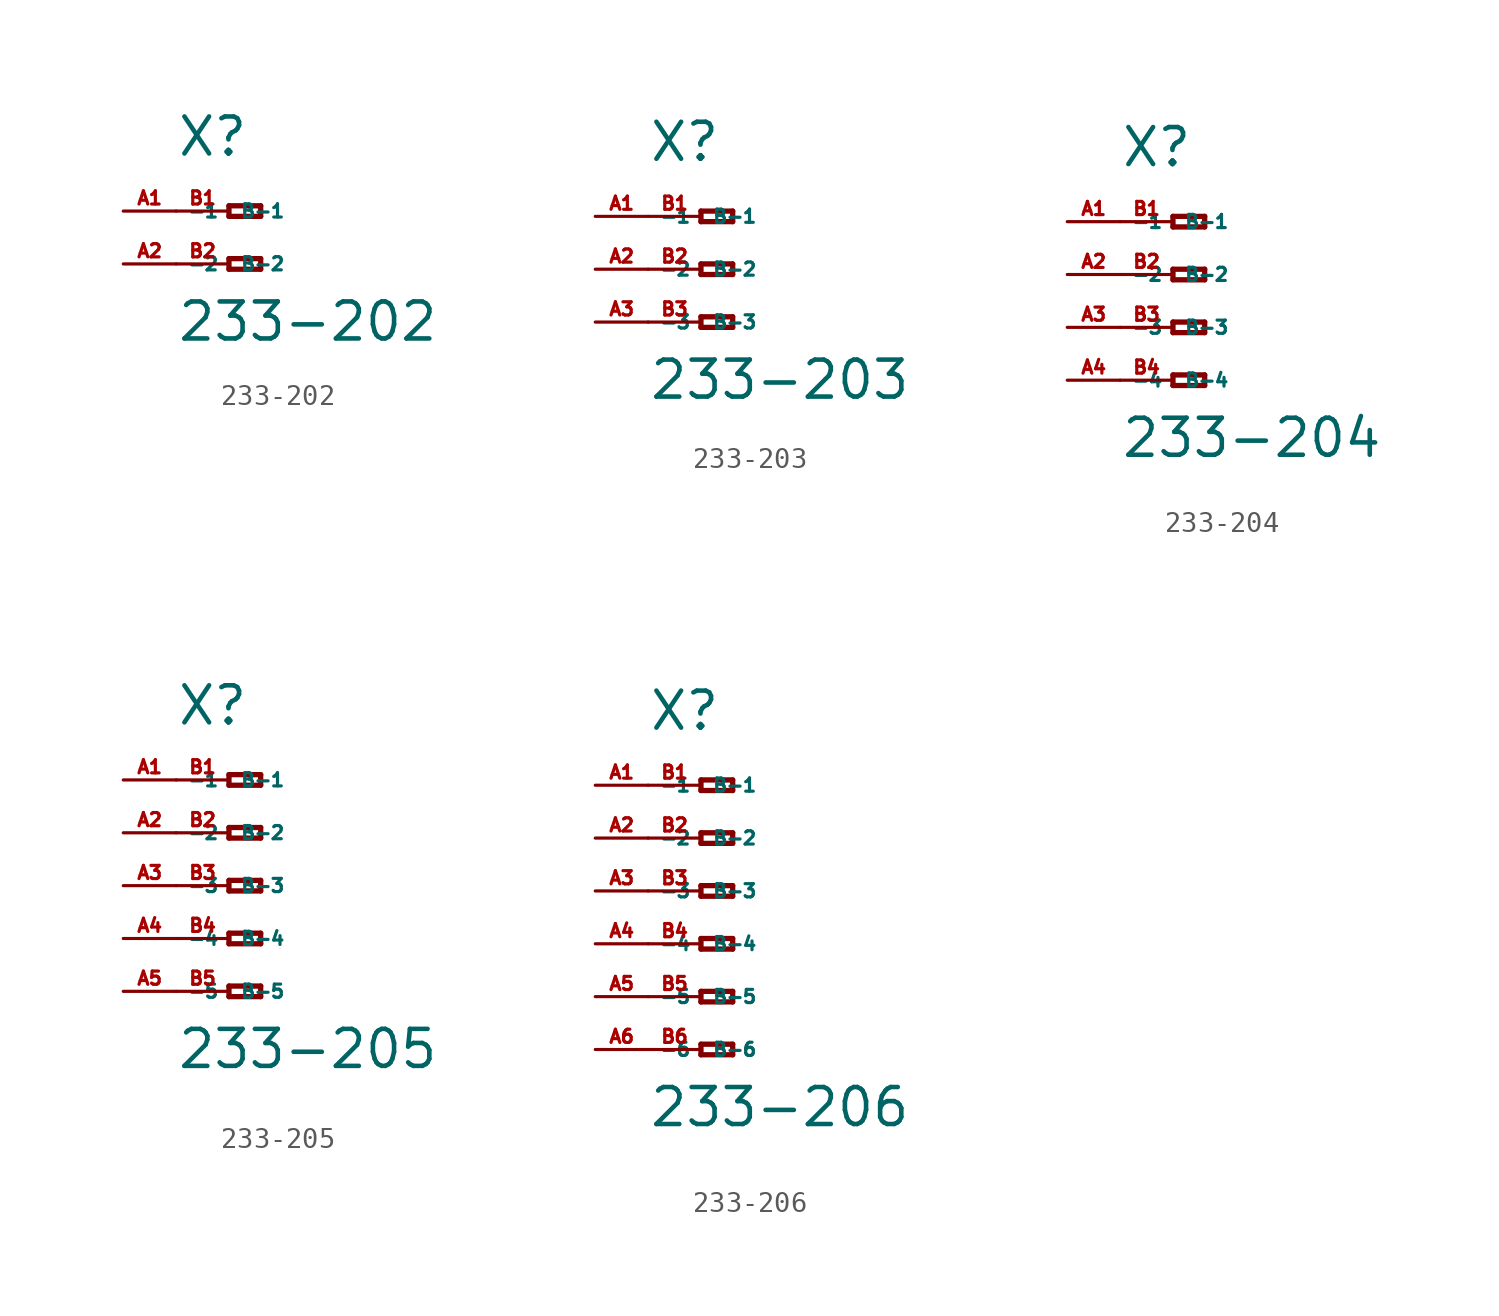
<source format=kicad_sym>
(kicad_symbol_lib
  (version 20220914)
  (generator Eagle2Kicad)
  (symbol "233-202"
    (property "Reference" "X"
      (at -5.08 2.54 0)
      (effects (font (size 1.778 1.778) (thickness 0.22)) (justify left bottom)))
    (property "Value" "233-202"
      (at -5.08 -6.35 0)
      (effects (font (size 1.778 1.778) (thickness 0.22)) (justify left bottom)))
    (polyline
      (pts (xy -2.54 0.254) (xy -2.54 -0.254))
      (stroke (width 0.254) (type default))
      (fill (type none)))
    (polyline
      (pts (xy -2.54 -0.254) (xy -1.016 -0.254))
      (stroke (width 0.254) (type default))
      (fill (type none)))
    (polyline
      (pts (xy -1.016 -0.254) (xy -1.016 0.254))
      (stroke (width 0.254) (type default))
      (fill (type none)))
    (polyline
      (pts (xy -1.016 0.254) (xy -2.54 0.254))
      (stroke (width 0.254) (type default))
      (fill (type none)))
    (polyline
      (pts (xy -2.54 -2.286) (xy -2.54 -2.794))
      (stroke (width 0.254) (type default))
      (fill (type none)))
    (polyline
      (pts (xy -2.54 -2.794) (xy -1.016 -2.794))
      (stroke (width 0.254) (type default))
      (fill (type none)))
    (polyline
      (pts (xy -1.016 -2.794) (xy -1.016 -2.286))
      (stroke (width 0.254) (type default))
      (fill (type none)))
    (polyline
      (pts (xy -1.016 -2.286) (xy -2.54 -2.286))
      (stroke (width 0.254) (type default))
      (fill (type none)))
    (pin passive line
      (at -7.62 0 0)
      (length 2.54)
      (name "-1" (effects (font (size 0.635 0.635) (thickness 0.08)) (justify left bottom)))
      (number "A1" (effects (font (size 0.635 0.635) (thickness 0.08)) (justify left bottom))))
    (pin passive line
      (at -7.62 -2.54 0)
      (length 2.54)
      (name "-2" (effects (font (size 0.635 0.635) (thickness 0.08)) (justify left bottom)))
      (number "A2" (effects (font (size 0.635 0.635) (thickness 0.08)) (justify left bottom))))
    (pin passive line
      (at -5.08 -2.54 0)
      (length 2.54)
      (name "B-2" (effects (font (size 0.635 0.635) (thickness 0.08)) (justify left bottom)))
      (number "B2" (effects (font (size 0.635 0.635) (thickness 0.08)) (justify left bottom))))
    (pin passive line
      (at -5.08 0 0)
      (length 2.54)
      (name "B-1" (effects (font (size 0.635 0.635) (thickness 0.08)) (justify left bottom)))
      (number "B1" (effects (font (size 0.635 0.635) (thickness 0.08)) (justify left bottom)))))
  (symbol "233-203"
    (property "Reference" "X"
      (at -5.08 5.08 0)
      (effects (font (size 1.778 1.778) (thickness 0.22)) (justify left bottom)))
    (property "Value" "233-203"
      (at -5.08 -6.35 0)
      (effects (font (size 1.778 1.778) (thickness 0.22)) (justify left bottom)))
    (polyline
      (pts (xy -2.54 2.794) (xy -2.54 2.286))
      (stroke (width 0.254) (type default))
      (fill (type none)))
    (polyline
      (pts (xy -2.54 2.286) (xy -1.016 2.286))
      (stroke (width 0.254) (type default))
      (fill (type none)))
    (polyline
      (pts (xy -1.016 2.286) (xy -1.016 2.794))
      (stroke (width 0.254) (type default))
      (fill (type none)))
    (polyline
      (pts (xy -1.016 2.794) (xy -2.54 2.794))
      (stroke (width 0.254) (type default))
      (fill (type none)))
    (polyline
      (pts (xy -2.54 0.254) (xy -2.54 -0.254))
      (stroke (width 0.254) (type default))
      (fill (type none)))
    (polyline
      (pts (xy -2.54 -0.254) (xy -1.016 -0.254))
      (stroke (width 0.254) (type default))
      (fill (type none)))
    (polyline
      (pts (xy -1.016 -0.254) (xy -1.016 0.254))
      (stroke (width 0.254) (type default))
      (fill (type none)))
    (polyline
      (pts (xy -1.016 0.254) (xy -2.54 0.254))
      (stroke (width 0.254) (type default))
      (fill (type none)))
    (polyline
      (pts (xy -2.54 -2.286) (xy -2.54 -2.794))
      (stroke (width 0.254) (type default))
      (fill (type none)))
    (polyline
      (pts (xy -2.54 -2.794) (xy -1.016 -2.794))
      (stroke (width 0.254) (type default))
      (fill (type none)))
    (polyline
      (pts (xy -1.016 -2.794) (xy -1.016 -2.286))
      (stroke (width 0.254) (type default))
      (fill (type none)))
    (polyline
      (pts (xy -1.016 -2.286) (xy -2.54 -2.286))
      (stroke (width 0.254) (type default))
      (fill (type none)))
    (pin passive line
      (at -7.62 2.54 0)
      (length 2.54)
      (name "-1" (effects (font (size 0.635 0.635) (thickness 0.08)) (justify left bottom)))
      (number "A1" (effects (font (size 0.635 0.635) (thickness 0.08)) (justify left bottom))))
    (pin passive line
      (at -7.62 0 0)
      (length 2.54)
      (name "-2" (effects (font (size 0.635 0.635) (thickness 0.08)) (justify left bottom)))
      (number "A2" (effects (font (size 0.635 0.635) (thickness 0.08)) (justify left bottom))))
    (pin passive line
      (at -7.62 -2.54 0)
      (length 2.54)
      (name "-3" (effects (font (size 0.635 0.635) (thickness 0.08)) (justify left bottom)))
      (number "A3" (effects (font (size 0.635 0.635) (thickness 0.08)) (justify left bottom))))
    (pin passive line
      (at -5.08 -2.54 0)
      (length 2.54)
      (name "B-3" (effects (font (size 0.635 0.635) (thickness 0.08)) (justify left bottom)))
      (number "B3" (effects (font (size 0.635 0.635) (thickness 0.08)) (justify left bottom))))
    (pin passive line
      (at -5.08 2.54 0)
      (length 2.54)
      (name "B-1" (effects (font (size 0.635 0.635) (thickness 0.08)) (justify left bottom)))
      (number "B1" (effects (font (size 0.635 0.635) (thickness 0.08)) (justify left bottom))))
    (pin passive line
      (at -5.08 0 0)
      (length 2.54)
      (name "B-2" (effects (font (size 0.635 0.635) (thickness 0.08)) (justify left bottom)))
      (number "B2" (effects (font (size 0.635 0.635) (thickness 0.08)) (justify left bottom)))))
  (symbol "233-204"
    (property "Reference" "X"
      (at -5.08 5.08 0)
      (effects (font (size 1.778 1.778) (thickness 0.22)) (justify left bottom)))
    (property "Value" "233-204"
      (at -5.08 -8.89 0)
      (effects (font (size 1.778 1.778) (thickness 0.22)) (justify left bottom)))
    (polyline
      (pts (xy -2.54 2.794) (xy -2.54 2.286))
      (stroke (width 0.254) (type default))
      (fill (type none)))
    (polyline
      (pts (xy -2.54 2.286) (xy -1.016 2.286))
      (stroke (width 0.254) (type default))
      (fill (type none)))
    (polyline
      (pts (xy -1.016 2.286) (xy -1.016 2.794))
      (stroke (width 0.254) (type default))
      (fill (type none)))
    (polyline
      (pts (xy -1.016 2.794) (xy -2.54 2.794))
      (stroke (width 0.254) (type default))
      (fill (type none)))
    (polyline
      (pts (xy -2.54 0.254) (xy -2.54 -0.254))
      (stroke (width 0.254) (type default))
      (fill (type none)))
    (polyline
      (pts (xy -2.54 -0.254) (xy -1.016 -0.254))
      (stroke (width 0.254) (type default))
      (fill (type none)))
    (polyline
      (pts (xy -1.016 -0.254) (xy -1.016 0.254))
      (stroke (width 0.254) (type default))
      (fill (type none)))
    (polyline
      (pts (xy -1.016 0.254) (xy -2.54 0.254))
      (stroke (width 0.254) (type default))
      (fill (type none)))
    (polyline
      (pts (xy -2.54 -2.286) (xy -2.54 -2.794))
      (stroke (width 0.254) (type default))
      (fill (type none)))
    (polyline
      (pts (xy -2.54 -2.794) (xy -1.016 -2.794))
      (stroke (width 0.254) (type default))
      (fill (type none)))
    (polyline
      (pts (xy -1.016 -2.794) (xy -1.016 -2.286))
      (stroke (width 0.254) (type default))
      (fill (type none)))
    (polyline
      (pts (xy -1.016 -2.286) (xy -2.54 -2.286))
      (stroke (width 0.254) (type default))
      (fill (type none)))
    (polyline
      (pts (xy -2.54 -4.826) (xy -2.54 -5.334))
      (stroke (width 0.254) (type default))
      (fill (type none)))
    (polyline
      (pts (xy -2.54 -5.334) (xy -1.016 -5.334))
      (stroke (width 0.254) (type default))
      (fill (type none)))
    (polyline
      (pts (xy -1.016 -5.334) (xy -1.016 -4.826))
      (stroke (width 0.254) (type default))
      (fill (type none)))
    (polyline
      (pts (xy -1.016 -4.826) (xy -2.54 -4.826))
      (stroke (width 0.254) (type default))
      (fill (type none)))
    (pin passive line
      (at -7.62 2.54 0)
      (length 2.54)
      (name "-1" (effects (font (size 0.635 0.635) (thickness 0.08)) (justify left bottom)))
      (number "A1" (effects (font (size 0.635 0.635) (thickness 0.08)) (justify left bottom))))
    (pin passive line
      (at -7.62 0 0)
      (length 2.54)
      (name "-2" (effects (font (size 0.635 0.635) (thickness 0.08)) (justify left bottom)))
      (number "A2" (effects (font (size 0.635 0.635) (thickness 0.08)) (justify left bottom))))
    (pin passive line
      (at -7.62 -2.54 0)
      (length 2.54)
      (name "-3" (effects (font (size 0.635 0.635) (thickness 0.08)) (justify left bottom)))
      (number "A3" (effects (font (size 0.635 0.635) (thickness 0.08)) (justify left bottom))))
    (pin passive line
      (at -7.62 -5.08 0)
      (length 2.54)
      (name "-4" (effects (font (size 0.635 0.635) (thickness 0.08)) (justify left bottom)))
      (number "A4" (effects (font (size 0.635 0.635) (thickness 0.08)) (justify left bottom))))
    (pin passive line
      (at -5.08 -5.08 0)
      (length 2.54)
      (name "B-4" (effects (font (size 0.635 0.635) (thickness 0.08)) (justify left bottom)))
      (number "B4" (effects (font (size 0.635 0.635) (thickness 0.08)) (justify left bottom))))
    (pin passive line
      (at -5.08 2.54 0)
      (length 2.54)
      (name "B-1" (effects (font (size 0.635 0.635) (thickness 0.08)) (justify left bottom)))
      (number "B1" (effects (font (size 0.635 0.635) (thickness 0.08)) (justify left bottom))))
    (pin passive line
      (at -5.08 0 0)
      (length 2.54)
      (name "B-2" (effects (font (size 0.635 0.635) (thickness 0.08)) (justify left bottom)))
      (number "B2" (effects (font (size 0.635 0.635) (thickness 0.08)) (justify left bottom))))
    (pin passive line
      (at -5.08 -2.54 0)
      (length 2.54)
      (name "B-3" (effects (font (size 0.635 0.635) (thickness 0.08)) (justify left bottom)))
      (number "B3" (effects (font (size 0.635 0.635) (thickness 0.08)) (justify left bottom)))))
  (symbol "233-205"
    (property "Reference" "X"
      (at -5.08 7.62 0)
      (effects (font (size 1.778 1.778) (thickness 0.22)) (justify left bottom)))
    (property "Value" "233-205"
      (at -5.08 -8.89 0)
      (effects (font (size 1.778 1.778) (thickness 0.22)) (justify left bottom)))
    (polyline
      (pts (xy -2.54 5.334) (xy -2.54 4.826))
      (stroke (width 0.254) (type default))
      (fill (type none)))
    (polyline
      (pts (xy -2.54 4.826) (xy -1.016 4.826))
      (stroke (width 0.254) (type default))
      (fill (type none)))
    (polyline
      (pts (xy -1.016 4.826) (xy -1.016 5.334))
      (stroke (width 0.254) (type default))
      (fill (type none)))
    (polyline
      (pts (xy -1.016 5.334) (xy -2.54 5.334))
      (stroke (width 0.254) (type default))
      (fill (type none)))
    (polyline
      (pts (xy -2.54 2.794) (xy -2.54 2.286))
      (stroke (width 0.254) (type default))
      (fill (type none)))
    (polyline
      (pts (xy -2.54 2.286) (xy -1.016 2.286))
      (stroke (width 0.254) (type default))
      (fill (type none)))
    (polyline
      (pts (xy -1.016 2.286) (xy -1.016 2.794))
      (stroke (width 0.254) (type default))
      (fill (type none)))
    (polyline
      (pts (xy -1.016 2.794) (xy -2.54 2.794))
      (stroke (width 0.254) (type default))
      (fill (type none)))
    (polyline
      (pts (xy -2.54 0.254) (xy -2.54 -0.254))
      (stroke (width 0.254) (type default))
      (fill (type none)))
    (polyline
      (pts (xy -2.54 -0.254) (xy -1.016 -0.254))
      (stroke (width 0.254) (type default))
      (fill (type none)))
    (polyline
      (pts (xy -1.016 -0.254) (xy -1.016 0.254))
      (stroke (width 0.254) (type default))
      (fill (type none)))
    (polyline
      (pts (xy -1.016 0.254) (xy -2.54 0.254))
      (stroke (width 0.254) (type default))
      (fill (type none)))
    (polyline
      (pts (xy -2.54 -2.286) (xy -2.54 -2.794))
      (stroke (width 0.254) (type default))
      (fill (type none)))
    (polyline
      (pts (xy -2.54 -2.794) (xy -1.016 -2.794))
      (stroke (width 0.254) (type default))
      (fill (type none)))
    (polyline
      (pts (xy -1.016 -2.794) (xy -1.016 -2.286))
      (stroke (width 0.254) (type default))
      (fill (type none)))
    (polyline
      (pts (xy -1.016 -2.286) (xy -2.54 -2.286))
      (stroke (width 0.254) (type default))
      (fill (type none)))
    (polyline
      (pts (xy -2.54 -4.826) (xy -2.54 -5.334))
      (stroke (width 0.254) (type default))
      (fill (type none)))
    (polyline
      (pts (xy -2.54 -5.334) (xy -1.016 -5.334))
      (stroke (width 0.254) (type default))
      (fill (type none)))
    (polyline
      (pts (xy -1.016 -5.334) (xy -1.016 -4.826))
      (stroke (width 0.254) (type default))
      (fill (type none)))
    (polyline
      (pts (xy -1.016 -4.826) (xy -2.54 -4.826))
      (stroke (width 0.254) (type default))
      (fill (type none)))
    (pin passive line
      (at -7.62 5.08 0)
      (length 2.54)
      (name "-1" (effects (font (size 0.635 0.635) (thickness 0.08)) (justify left bottom)))
      (number "A1" (effects (font (size 0.635 0.635) (thickness 0.08)) (justify left bottom))))
    (pin passive line
      (at -7.62 2.54 0)
      (length 2.54)
      (name "-2" (effects (font (size 0.635 0.635) (thickness 0.08)) (justify left bottom)))
      (number "A2" (effects (font (size 0.635 0.635) (thickness 0.08)) (justify left bottom))))
    (pin passive line
      (at -7.62 0 0)
      (length 2.54)
      (name "-3" (effects (font (size 0.635 0.635) (thickness 0.08)) (justify left bottom)))
      (number "A3" (effects (font (size 0.635 0.635) (thickness 0.08)) (justify left bottom))))
    (pin passive line
      (at -7.62 -2.54 0)
      (length 2.54)
      (name "-4" (effects (font (size 0.635 0.635) (thickness 0.08)) (justify left bottom)))
      (number "A4" (effects (font (size 0.635 0.635) (thickness 0.08)) (justify left bottom))))
    (pin passive line
      (at -7.62 -5.08 0)
      (length 2.54)
      (name "-5" (effects (font (size 0.635 0.635) (thickness 0.08)) (justify left bottom)))
      (number "A5" (effects (font (size 0.635 0.635) (thickness 0.08)) (justify left bottom))))
    (pin passive line
      (at -5.08 -5.08 0)
      (length 2.54)
      (name "B-5" (effects (font (size 0.635 0.635) (thickness 0.08)) (justify left bottom)))
      (number "B5" (effects (font (size 0.635 0.635) (thickness 0.08)) (justify left bottom))))
    (pin passive line
      (at -5.08 5.08 0)
      (length 2.54)
      (name "B-1" (effects (font (size 0.635 0.635) (thickness 0.08)) (justify left bottom)))
      (number "B1" (effects (font (size 0.635 0.635) (thickness 0.08)) (justify left bottom))))
    (pin passive line
      (at -5.08 2.54 0)
      (length 2.54)
      (name "B-2" (effects (font (size 0.635 0.635) (thickness 0.08)) (justify left bottom)))
      (number "B2" (effects (font (size 0.635 0.635) (thickness 0.08)) (justify left bottom))))
    (pin passive line
      (at -5.08 0 0)
      (length 2.54)
      (name "B-3" (effects (font (size 0.635 0.635) (thickness 0.08)) (justify left bottom)))
      (number "B3" (effects (font (size 0.635 0.635) (thickness 0.08)) (justify left bottom))))
    (pin passive line
      (at -5.08 -2.54 0)
      (length 2.54)
      (name "B-4" (effects (font (size 0.635 0.635) (thickness 0.08)) (justify left bottom)))
      (number "B4" (effects (font (size 0.635 0.635) (thickness 0.08)) (justify left bottom)))))
  (symbol "233-206"
    (property "Reference" "X"
      (at -5.08 7.62 0)
      (effects (font (size 1.778 1.778) (thickness 0.22)) (justify left bottom)))
    (property "Value" "233-206"
      (at -5.08 -11.43 0)
      (effects (font (size 1.778 1.778) (thickness 0.22)) (justify left bottom)))
    (polyline
      (pts (xy -2.54 5.334) (xy -2.54 4.826))
      (stroke (width 0.254) (type default))
      (fill (type none)))
    (polyline
      (pts (xy -2.54 4.826) (xy -1.016 4.826))
      (stroke (width 0.254) (type default))
      (fill (type none)))
    (polyline
      (pts (xy -1.016 4.826) (xy -1.016 5.334))
      (stroke (width 0.254) (type default))
      (fill (type none)))
    (polyline
      (pts (xy -1.016 5.334) (xy -2.54 5.334))
      (stroke (width 0.254) (type default))
      (fill (type none)))
    (polyline
      (pts (xy -2.54 2.794) (xy -2.54 2.286))
      (stroke (width 0.254) (type default))
      (fill (type none)))
    (polyline
      (pts (xy -2.54 2.286) (xy -1.016 2.286))
      (stroke (width 0.254) (type default))
      (fill (type none)))
    (polyline
      (pts (xy -1.016 2.286) (xy -1.016 2.794))
      (stroke (width 0.254) (type default))
      (fill (type none)))
    (polyline
      (pts (xy -1.016 2.794) (xy -2.54 2.794))
      (stroke (width 0.254) (type default))
      (fill (type none)))
    (polyline
      (pts (xy -2.54 0.254) (xy -2.54 -0.254))
      (stroke (width 0.254) (type default))
      (fill (type none)))
    (polyline
      (pts (xy -2.54 -0.254) (xy -1.016 -0.254))
      (stroke (width 0.254) (type default))
      (fill (type none)))
    (polyline
      (pts (xy -1.016 -0.254) (xy -1.016 0.254))
      (stroke (width 0.254) (type default))
      (fill (type none)))
    (polyline
      (pts (xy -1.016 0.254) (xy -2.54 0.254))
      (stroke (width 0.254) (type default))
      (fill (type none)))
    (polyline
      (pts (xy -2.54 -2.286) (xy -2.54 -2.794))
      (stroke (width 0.254) (type default))
      (fill (type none)))
    (polyline
      (pts (xy -2.54 -2.794) (xy -1.016 -2.794))
      (stroke (width 0.254) (type default))
      (fill (type none)))
    (polyline
      (pts (xy -1.016 -2.794) (xy -1.016 -2.286))
      (stroke (width 0.254) (type default))
      (fill (type none)))
    (polyline
      (pts (xy -1.016 -2.286) (xy -2.54 -2.286))
      (stroke (width 0.254) (type default))
      (fill (type none)))
    (polyline
      (pts (xy -2.54 -4.826) (xy -2.54 -5.334))
      (stroke (width 0.254) (type default))
      (fill (type none)))
    (polyline
      (pts (xy -2.54 -5.334) (xy -1.016 -5.334))
      (stroke (width 0.254) (type default))
      (fill (type none)))
    (polyline
      (pts (xy -1.016 -5.334) (xy -1.016 -4.826))
      (stroke (width 0.254) (type default))
      (fill (type none)))
    (polyline
      (pts (xy -1.016 -4.826) (xy -2.54 -4.826))
      (stroke (width 0.254) (type default))
      (fill (type none)))
    (polyline
      (pts (xy -2.54 -7.366) (xy -2.54 -7.874))
      (stroke (width 0.254) (type default))
      (fill (type none)))
    (polyline
      (pts (xy -2.54 -7.874) (xy -1.016 -7.874))
      (stroke (width 0.254) (type default))
      (fill (type none)))
    (polyline
      (pts (xy -1.016 -7.874) (xy -1.016 -7.366))
      (stroke (width 0.254) (type default))
      (fill (type none)))
    (polyline
      (pts (xy -1.016 -7.366) (xy -2.54 -7.366))
      (stroke (width 0.254) (type default))
      (fill (type none)))
    (pin passive line
      (at -7.62 5.08 0)
      (length 2.54)
      (name "-1" (effects (font (size 0.635 0.635) (thickness 0.08)) (justify left bottom)))
      (number "A1" (effects (font (size 0.635 0.635) (thickness 0.08)) (justify left bottom))))
    (pin passive line
      (at -7.62 2.54 0)
      (length 2.54)
      (name "-2" (effects (font (size 0.635 0.635) (thickness 0.08)) (justify left bottom)))
      (number "A2" (effects (font (size 0.635 0.635) (thickness 0.08)) (justify left bottom))))
    (pin passive line
      (at -7.62 0 0)
      (length 2.54)
      (name "-3" (effects (font (size 0.635 0.635) (thickness 0.08)) (justify left bottom)))
      (number "A3" (effects (font (size 0.635 0.635) (thickness 0.08)) (justify left bottom))))
    (pin passive line
      (at -7.62 -2.54 0)
      (length 2.54)
      (name "-4" (effects (font (size 0.635 0.635) (thickness 0.08)) (justify left bottom)))
      (number "A4" (effects (font (size 0.635 0.635) (thickness 0.08)) (justify left bottom))))
    (pin passive line
      (at -7.62 -5.08 0)
      (length 2.54)
      (name "-5" (effects (font (size 0.635 0.635) (thickness 0.08)) (justify left bottom)))
      (number "A5" (effects (font (size 0.635 0.635) (thickness 0.08)) (justify left bottom))))
    (pin passive line
      (at -7.62 -7.62 0)
      (length 2.54)
      (name "-6" (effects (font (size 0.635 0.635) (thickness 0.08)) (justify left bottom)))
      (number "A6" (effects (font (size 0.635 0.635) (thickness 0.08)) (justify left bottom))))
    (pin passive line
      (at -5.08 -7.62 0)
      (length 2.54)
      (name "B-6" (effects (font (size 0.635 0.635) (thickness 0.08)) (justify left bottom)))
      (number "B6" (effects (font (size 0.635 0.635) (thickness 0.08)) (justify left bottom))))
    (pin passive line
      (at -5.08 5.08 0)
      (length 2.54)
      (name "B-1" (effects (font (size 0.635 0.635) (thickness 0.08)) (justify left bottom)))
      (number "B1" (effects (font (size 0.635 0.635) (thickness 0.08)) (justify left bottom))))
    (pin passive line
      (at -5.08 2.54 0)
      (length 2.54)
      (name "B-2" (effects (font (size 0.635 0.635) (thickness 0.08)) (justify left bottom)))
      (number "B2" (effects (font (size 0.635 0.635) (thickness 0.08)) (justify left bottom))))
    (pin passive line
      (at -5.08 0 0)
      (length 2.54)
      (name "B-3" (effects (font (size 0.635 0.635) (thickness 0.08)) (justify left bottom)))
      (number "B3" (effects (font (size 0.635 0.635) (thickness 0.08)) (justify left bottom))))
    (pin passive line
      (at -5.08 -2.54 0)
      (length 2.54)
      (name "B-4" (effects (font (size 0.635 0.635) (thickness 0.08)) (justify left bottom)))
      (number "B4" (effects (font (size 0.635 0.635) (thickness 0.08)) (justify left bottom))))
    (pin passive line
      (at -5.08 -5.08 0)
      (length 2.54)
      (name "B-5" (effects (font (size 0.635 0.635) (thickness 0.08)) (justify left bottom)))
      (number "B5" (effects (font (size 0.635 0.635) (thickness 0.08)) (justify left bottom))))))
</source>
